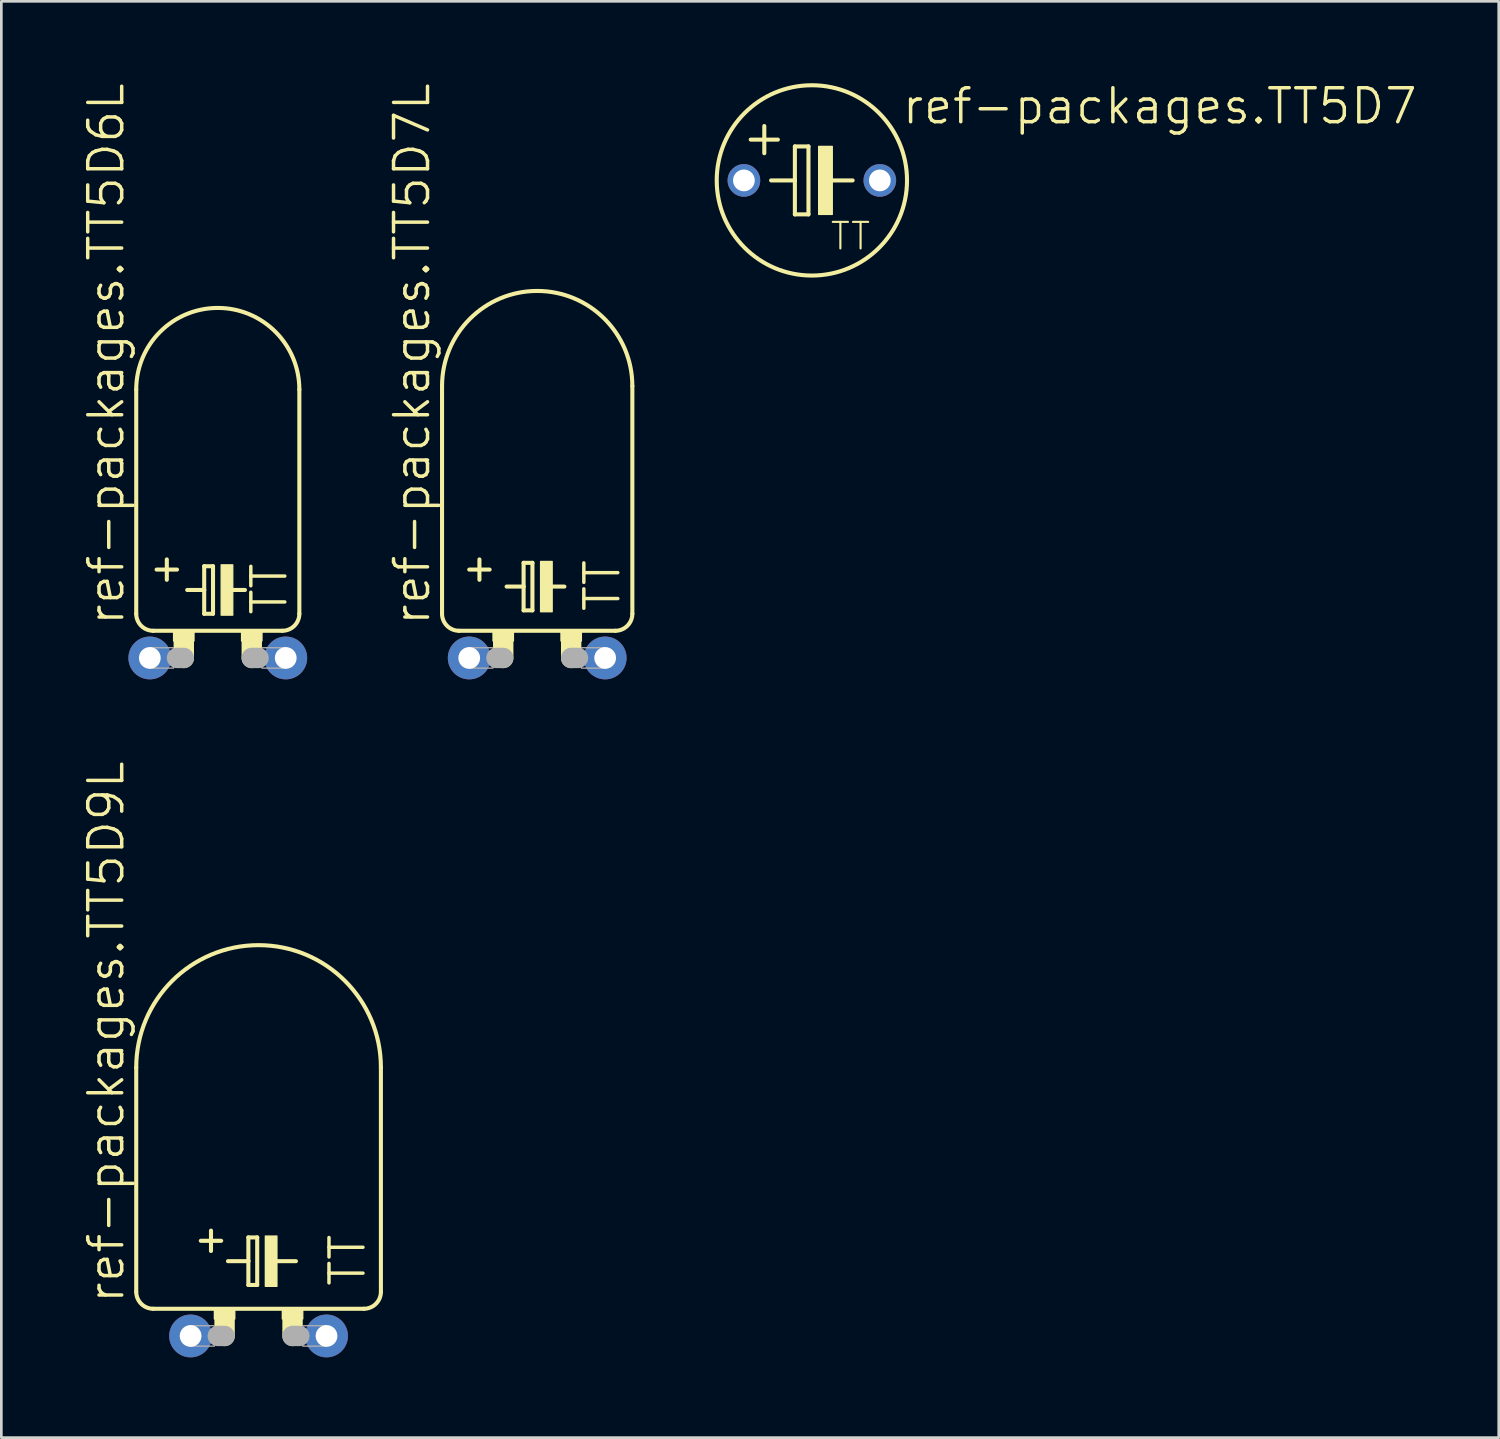
<source format=kicad_pcb>
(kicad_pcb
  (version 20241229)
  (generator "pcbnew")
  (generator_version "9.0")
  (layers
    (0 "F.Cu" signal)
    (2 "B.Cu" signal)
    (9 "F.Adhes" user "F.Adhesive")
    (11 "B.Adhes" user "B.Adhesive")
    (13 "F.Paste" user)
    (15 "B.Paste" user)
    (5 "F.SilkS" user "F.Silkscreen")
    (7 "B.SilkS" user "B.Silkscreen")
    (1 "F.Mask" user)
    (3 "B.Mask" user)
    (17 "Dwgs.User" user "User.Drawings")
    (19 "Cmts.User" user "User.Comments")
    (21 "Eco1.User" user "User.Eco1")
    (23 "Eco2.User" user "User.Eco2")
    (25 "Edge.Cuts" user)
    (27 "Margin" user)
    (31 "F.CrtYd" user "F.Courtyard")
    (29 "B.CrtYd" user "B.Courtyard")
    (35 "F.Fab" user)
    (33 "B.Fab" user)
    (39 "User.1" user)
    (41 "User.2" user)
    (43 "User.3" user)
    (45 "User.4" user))
  (footprint "ref-packages.TT5D9L"
    (layer "F.Cu")
    (at 6.613 46.877)
    (property "Reference" "ref-packages.TT5D9L" (at -4.953 -1.143 90) (layer "F.SilkS") (effects (font (size 1.27 1.27) (thickness 0.13)) (justify left bottom)))
    (attr through_hole)
    (fp_line (start -4.572 -10.033) (end -4.572 -1.651) (stroke (width 0.152) (type default)) (layer "F.SilkS"))
    (fp_line (start -3.937 -1.016) (end 3.937 -1.016) (stroke (width 0.152) (type default)) (layer "F.SilkS"))
    (fp_line (start -2.159 -3.556) (end -1.397 -3.556) (stroke (width 0.152) (type default)) (layer "F.SilkS"))
    (fp_line (start -1.778 -3.937) (end -1.778 -3.175) (stroke (width 0.152) (type default)) (layer "F.SilkS"))
    (fp_line (start -1.27 -0.635) (end -1.27 0) (stroke (width 0.762) (type default)) (layer "F.SilkS"))
    (fp_line (start -1.143 -2.794) (end -0.381 -2.794) (stroke (width 0.152) (type default)) (layer "F.SilkS"))
    (fp_line (start -0.381 -3.683) (end -0.381 -2.794) (stroke (width 0.152) (type default)) (layer "F.SilkS"))
    (fp_line (start -0.381 -2.794) (end -0.381 -1.905) (stroke (width 0.152) (type default)) (layer "F.SilkS"))
    (fp_line (start -0.381 -1.905) (end -0.051 -1.905) (stroke (width 0.152) (type default)) (layer "F.SilkS"))
    (fp_line (start -0.051 -3.683) (end -0.381 -3.683) (stroke (width 0.152) (type default)) (layer "F.SilkS"))
    (fp_line (start -0.051 -1.905) (end -0.051 -3.683) (stroke (width 0.152) (type default)) (layer "F.SilkS"))
    (fp_line (start 0.635 -2.794) (end 1.397 -2.794) (stroke (width 0.152) (type default)) (layer "F.SilkS"))
    (fp_line (start 1.27 -0.635) (end 1.27 0) (stroke (width 0.762) (type default)) (layer "F.SilkS"))
    (fp_line (start 4.572 -10.033) (end 4.572 -1.651) (stroke (width 0.152) (type default)) (layer "F.SilkS"))
    (fp_rect (start -1.651 -0.635) (end -0.889 -1.016) (stroke (width 0.05) (type default)) (fill yes) (layer "F.SilkS"))
    (fp_rect (start 0.254 -1.854) (end 0.686 -3.734) (stroke (width 0.05) (type default)) (fill yes) (layer "F.SilkS"))
    (fp_rect (start 0.889 -0.635) (end 1.651 -1.016) (stroke (width 0.05) (type default)) (fill yes) (layer "F.SilkS"))
    (fp_arc (start -4.572 -10.033) (mid 0 -14.605) (end 4.572 -10.033) (stroke (width 0.1524) (type default)) (layer "F.SilkS"))
    (fp_arc (start -3.937 -1.016) (mid -4.386013 -1.201987) (end -4.572 -1.651) (stroke (width 0.1524) (type default)) (layer "F.SilkS"))
    (fp_arc (start 4.572 -1.651) (mid 4.386013 -1.201987) (end 3.937 -1.016) (stroke (width 0.1524) (type default)) (layer "F.SilkS"))
    (fp_line (start -1.524 0) (end -1.27 0) (stroke (width 0.762) (type default)) (layer "F.Fab"))
    (fp_line (start 1.524 0) (end 1.27 0) (stroke (width 0.762) (type default)) (layer "F.Fab"))
    (fp_rect (start -2.54 0.381) (end -1.651 -0.381) (stroke (width 0.05) (type default)) (fill no) (layer "F.Fab"))
    (fp_rect (start 1.651 0.381) (end 2.54 -0.381) (stroke (width 0.05) (type default)) (fill no) (layer "F.Fab"))
    (fp_text user "TT" (at 4.064 -1.778 90) (layer "F.SilkS") (effects (font (size 1.27 1.27) (thickness 0.13)) (justify left bottom)))
    (pad "+" thru_hole circle (at -2.54 0) (size 1.6 1.6) (drill 0.813) (layers "*.Cu" "*.Mask"))
    (pad "-" thru_hole circle (at 2.54 0) (size 1.6 1.6) (drill 0.813) (layers "*.Cu" "*.Mask")))
  (footprint "ref-packages.TT5D7L"
    (layer "F.Cu")
    (at 17.026 21.539)
    (property "Reference" "ref-packages.TT5D7L" (at -3.937 -1.143 90) (layer "F.SilkS") (effects (font (size 1.27 1.27) (thickness 0.13)) (justify left bottom)))
    (attr through_hole)
    (fp_line (start -3.556 -10.16) (end -3.556 -1.651) (stroke (width 0.152) (type default)) (layer "F.SilkS"))
    (fp_line (start -2.921 -1.016) (end 2.921 -1.016) (stroke (width 0.152) (type default)) (layer "F.SilkS"))
    (fp_line (start -2.54 -3.302) (end -1.778 -3.302) (stroke (width 0.152) (type default)) (layer "F.SilkS"))
    (fp_line (start -2.159 -3.683) (end -2.159 -2.921) (stroke (width 0.152) (type default)) (layer "F.SilkS"))
    (fp_line (start -1.27 -0.635) (end -1.27 0) (stroke (width 0.762) (type default)) (layer "F.SilkS"))
    (fp_line (start -1.143 -2.667) (end -0.508 -2.667) (stroke (width 0.152) (type default)) (layer "F.SilkS"))
    (fp_line (start -0.508 -3.556) (end -0.508 -2.667) (stroke (width 0.152) (type default)) (layer "F.SilkS"))
    (fp_line (start -0.508 -2.667) (end -0.508 -1.778) (stroke (width 0.152) (type default)) (layer "F.SilkS"))
    (fp_line (start -0.508 -1.778) (end -0.178 -1.778) (stroke (width 0.152) (type default)) (layer "F.SilkS"))
    (fp_line (start -0.178 -3.556) (end -0.508 -3.556) (stroke (width 0.152) (type default)) (layer "F.SilkS"))
    (fp_line (start -0.178 -1.778) (end -0.178 -3.556) (stroke (width 0.152) (type default)) (layer "F.SilkS"))
    (fp_line (start 0.508 -2.667) (end 1.016 -2.667) (stroke (width 0.152) (type default)) (layer "F.SilkS"))
    (fp_line (start 1.27 -0.635) (end 1.27 0) (stroke (width 0.762) (type default)) (layer "F.SilkS"))
    (fp_line (start 3.556 -10.16) (end 3.556 -1.651) (stroke (width 0.152) (type default)) (layer "F.SilkS"))
    (fp_rect (start -1.651 -0.635) (end -0.889 -1.016) (stroke (width 0.05) (type default)) (fill yes) (layer "F.SilkS"))
    (fp_rect (start 0.127 -1.727) (end 0.559 -3.607) (stroke (width 0.05) (type default)) (fill yes) (layer "F.SilkS"))
    (fp_rect (start 0.889 -0.635) (end 1.651 -1.016) (stroke (width 0.05) (type default)) (fill yes) (layer "F.SilkS"))
    (fp_arc (start -3.556 -10.16) (mid 0 -13.716) (end 3.556 -10.16) (stroke (width 0.1524) (type default)) (layer "F.SilkS"))
    (fp_arc (start -2.921 -1.016) (mid -3.370013 -1.201987) (end -3.556 -1.651) (stroke (width 0.1524) (type default)) (layer "F.SilkS"))
    (fp_arc (start 3.556 -1.651) (mid 3.370013 -1.201987) (end 2.921 -1.016) (stroke (width 0.1524) (type default)) (layer "F.SilkS"))
    (fp_line (start -1.524 0) (end -1.27 0) (stroke (width 0.762) (type default)) (layer "F.Fab"))
    (fp_line (start 1.524 0) (end 1.27 0) (stroke (width 0.762) (type default)) (layer "F.Fab"))
    (fp_rect (start -2.54 0.381) (end -1.651 -0.381) (stroke (width 0.05) (type default)) (fill no) (layer "F.Fab"))
    (fp_rect (start 1.651 0.381) (end 2.54 -0.381) (stroke (width 0.05) (type default)) (fill no) (layer "F.Fab"))
    (fp_text user "TT" (at 3.175 -1.651 90) (layer "F.SilkS") (effects (font (size 1.27 1.27) (thickness 0.13)) (justify left bottom)))
    (pad "+" thru_hole circle (at -2.54 0) (size 1.6 1.6) (drill 0.813) (layers "*.Cu" "*.Mask"))
    (pad "-" thru_hole circle (at 2.54 0) (size 1.6 1.6) (drill 0.813) (layers "*.Cu" "*.Mask")))
  (footprint "ref-packages.TT5D7"
    (layer "F.Cu")
    (at 27.291 3.692)
    (property "Reference" "ref-packages.TT5D7" (at 3.302 -2.032 0) (layer "F.SilkS") (effects (font (size 1.27 1.27) (thickness 0.13)) (justify left bottom)))
    (attr through_hole)
    (fp_line (start -2.286 -1.524) (end -1.27 -1.524) (stroke (width 0.152) (type default)) (layer "F.SilkS"))
    (fp_line (start -1.778 -1.016) (end -1.778 -2.032) (stroke (width 0.152) (type default)) (layer "F.SilkS"))
    (fp_line (start -1.524 0) (end -0.635 0) (stroke (width 0.152) (type default)) (layer "F.SilkS"))
    (fp_line (start -0.635 -1.27) (end -0.635 0) (stroke (width 0.152) (type default)) (layer "F.SilkS"))
    (fp_line (start -0.635 0) (end -0.635 1.27) (stroke (width 0.152) (type default)) (layer "F.SilkS"))
    (fp_line (start -0.635 1.27) (end -0.127 1.27) (stroke (width 0.152) (type default)) (layer "F.SilkS"))
    (fp_line (start -0.127 -1.27) (end -0.635 -1.27) (stroke (width 0.152) (type default)) (layer "F.SilkS"))
    (fp_line (start -0.127 1.27) (end -0.127 -1.27) (stroke (width 0.152) (type default)) (layer "F.SilkS"))
    (fp_line (start 0.635 0) (end 1.524 0) (stroke (width 0.152) (type default)) (layer "F.SilkS"))
    (fp_rect (start 0.254 1.27) (end 0.762 -1.27) (stroke (width 0.05) (type default)) (fill yes) (layer "F.SilkS"))
    (fp_circle (center 0 0) (end 3.556 0) (stroke (width 0.152) (type default)) (fill no) (layer "F.SilkS"))
    (fp_text user "TT" (at 0.635 2.667 0) (layer "F.SilkS") (effects (font (size 0.991 0.991) (thickness 0.08)) (justify left bottom)))
    (pad "+" thru_hole circle (at -2.54 0) (size 1.219 1.219) (drill 0.813) (layers "*.Cu" "*.Mask"))
    (pad "-" thru_hole circle (at 2.54 0) (size 1.219 1.219) (drill 0.813) (layers "*.Cu" "*.Mask")))
  (footprint "ref-packages.TT5D6L"
    (layer "F.Cu")
    (at 5.089 21.539)
    (property "Reference" "ref-packages.TT5D6L" (at -3.429 -1.143 90) (layer "F.SilkS") (effects (font (size 1.27 1.27) (thickness 0.13)) (justify left bottom)))
    (attr through_hole)
    (fp_line (start -3.048 -10.033) (end -3.048 -1.651) (stroke (width 0.152) (type default)) (layer "F.SilkS"))
    (fp_line (start -2.413 -1.016) (end 2.413 -1.016) (stroke (width 0.152) (type default)) (layer "F.SilkS"))
    (fp_line (start -2.286 -3.302) (end -1.524 -3.302) (stroke (width 0.152) (type default)) (layer "F.SilkS"))
    (fp_line (start -1.905 -2.921) (end -1.905 -3.683) (stroke (width 0.152) (type default)) (layer "F.SilkS"))
    (fp_line (start -1.27 -0.635) (end -1.27 0) (stroke (width 0.762) (type default)) (layer "F.SilkS"))
    (fp_line (start -1.143 -2.54) (end -0.508 -2.54) (stroke (width 0.152) (type default)) (layer "F.SilkS"))
    (fp_line (start -0.508 -3.429) (end -0.508 -2.54) (stroke (width 0.152) (type default)) (layer "F.SilkS"))
    (fp_line (start -0.508 -2.54) (end -0.508 -1.651) (stroke (width 0.152) (type default)) (layer "F.SilkS"))
    (fp_line (start -0.508 -1.651) (end -0.178 -1.651) (stroke (width 0.152) (type default)) (layer "F.SilkS"))
    (fp_line (start -0.178 -3.429) (end -0.508 -3.429) (stroke (width 0.152) (type default)) (layer "F.SilkS"))
    (fp_line (start -0.178 -1.651) (end -0.178 -3.429) (stroke (width 0.152) (type default)) (layer "F.SilkS"))
    (fp_line (start 0.508 -2.54) (end 1.016 -2.54) (stroke (width 0.152) (type default)) (layer "F.SilkS"))
    (fp_line (start 1.27 -0.635) (end 1.27 0) (stroke (width 0.762) (type default)) (layer "F.SilkS"))
    (fp_line (start 3.048 -10.033) (end 3.048 -1.651) (stroke (width 0.152) (type default)) (layer "F.SilkS"))
    (fp_rect (start -1.651 -0.635) (end -0.889 -1.016) (stroke (width 0.05) (type default)) (fill yes) (layer "F.SilkS"))
    (fp_rect (start 0.127 -1.6) (end 0.559 -3.48) (stroke (width 0.05) (type default)) (fill yes) (layer "F.SilkS"))
    (fp_rect (start 0.889 -0.635) (end 1.651 -1.016) (stroke (width 0.05) (type default)) (fill yes) (layer "F.SilkS"))
    (fp_arc (start -3.048 -10.033) (mid 0 -13.081) (end 3.048 -10.033) (stroke (width 0.1524) (type default)) (layer "F.SilkS"))
    (fp_arc (start -2.413 -1.016) (mid -2.862013 -1.201987) (end -3.048 -1.651) (stroke (width 0.1524) (type default)) (layer "F.SilkS"))
    (fp_arc (start 3.048 -1.651) (mid 2.862013 -1.201987) (end 2.413 -1.016) (stroke (width 0.1524) (type default)) (layer "F.SilkS"))
    (fp_line (start -1.524 0) (end -1.27 0) (stroke (width 0.762) (type default)) (layer "F.Fab"))
    (fp_line (start 1.524 0) (end 1.27 0) (stroke (width 0.762) (type default)) (layer "F.Fab"))
    (fp_rect (start -2.54 0.381) (end -1.651 -0.381) (stroke (width 0.05) (type default)) (fill no) (layer "F.Fab"))
    (fp_rect (start 1.651 0.381) (end 2.54 -0.381) (stroke (width 0.05) (type default)) (fill no) (layer "F.Fab"))
    (fp_text user "TT" (at 2.667 -1.524 90) (layer "F.SilkS") (effects (font (size 1.27 1.27) (thickness 0.13)) (justify left bottom)))
    (pad "+" thru_hole circle (at -2.54 0) (size 1.6 1.6) (drill 0.813) (layers "*.Cu" "*.Mask"))
    (pad "-" thru_hole circle (at 2.54 0) (size 1.6 1.6) (drill 0.813) (layers "*.Cu" "*.Mask")))
  (gr_rect
    (start -3 -3)
    (end 52.96 50.677)
    (stroke (width 0.1) (type default))
    (fill no)
    (layer "Edge.Cuts")))
</source>
